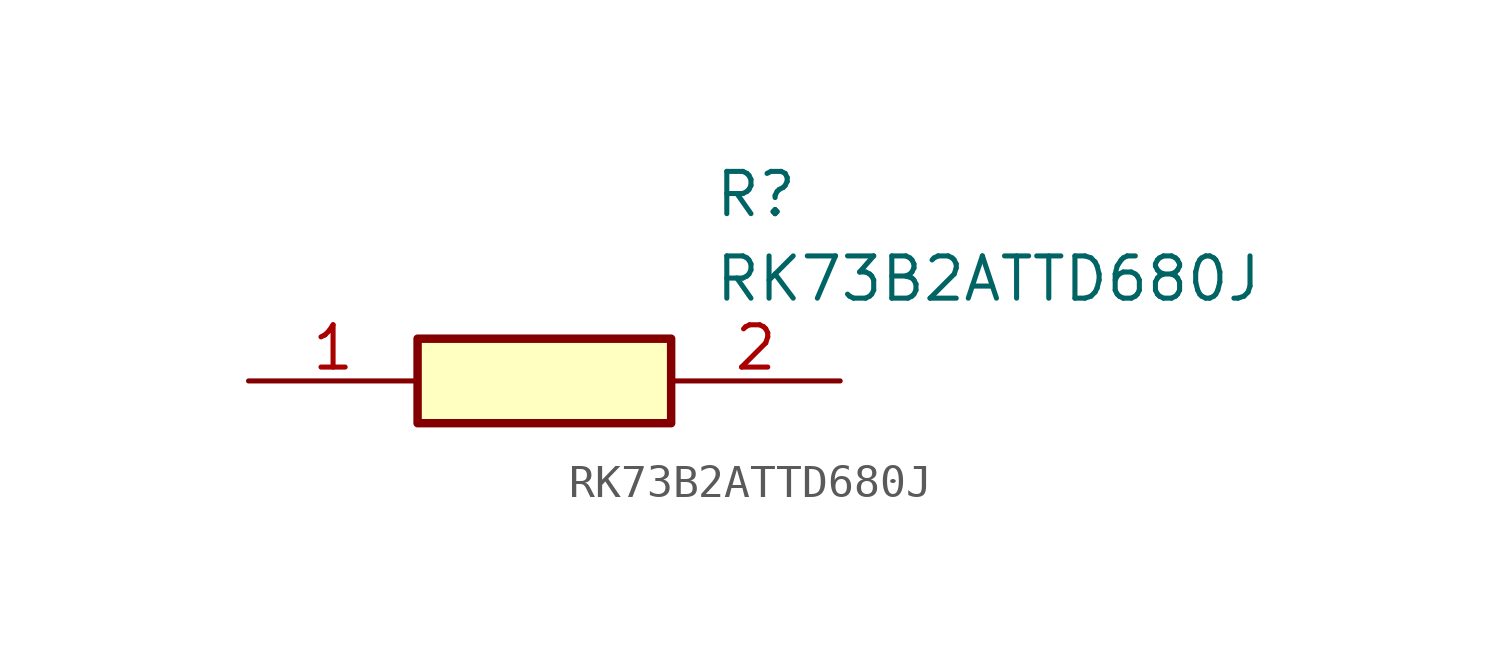
<source format=kicad_sym>
(kicad_symbol_lib
  (version 20211014)
  (generator SamacSys_ECAD_Model)
  (symbol "RK73B2ATTD680J"
    (pin_names hide)
    (property "Reference" "R"
      (at 13.97 6.35 0)
      (effects (font (size 1.27 1.27)) (justify left top)))
    (property "Value" "RK73B2ATTD680J"
      (at 13.97 3.81 0)
      (effects (font (size 1.27 1.27)) (justify left top)))
    (rectangle
      (start 5.08 1.27)
      (end 12.7 -1.27)
      (stroke (width 0.254) (type default))
      (fill (type background)))
    (pin passive line
      (at 0 0 0)
      (length 5.08)
      (name "1" (effects (font (size 1.27 1.27))))
      (number "1" (effects (font (size 1.27 1.27)))))
    (pin passive line
      (at 17.78 0 180)
      (length 5.08)
      (name "2" (effects (font (size 1.27 1.27))))
      (number "2" (effects (font (size 1.27 1.27)))))))
</source>
